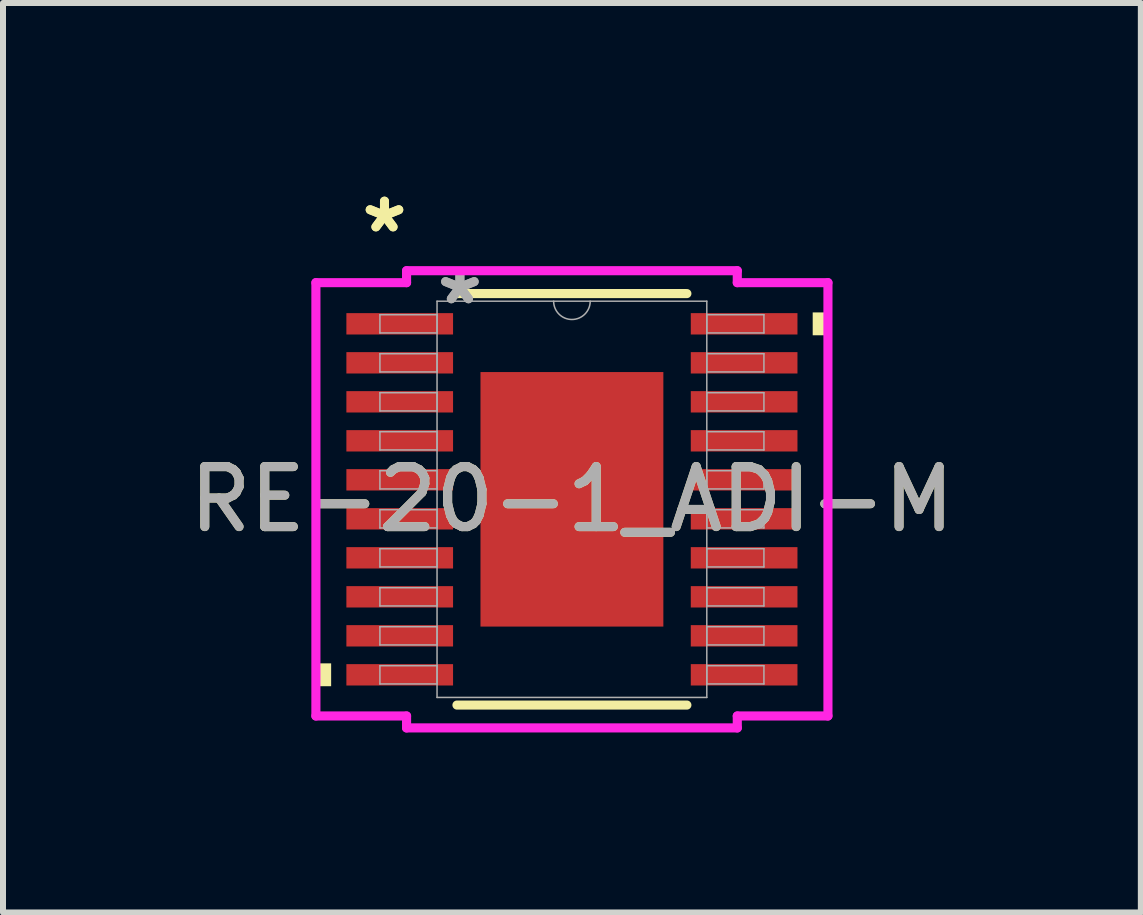
<source format=kicad_pcb>
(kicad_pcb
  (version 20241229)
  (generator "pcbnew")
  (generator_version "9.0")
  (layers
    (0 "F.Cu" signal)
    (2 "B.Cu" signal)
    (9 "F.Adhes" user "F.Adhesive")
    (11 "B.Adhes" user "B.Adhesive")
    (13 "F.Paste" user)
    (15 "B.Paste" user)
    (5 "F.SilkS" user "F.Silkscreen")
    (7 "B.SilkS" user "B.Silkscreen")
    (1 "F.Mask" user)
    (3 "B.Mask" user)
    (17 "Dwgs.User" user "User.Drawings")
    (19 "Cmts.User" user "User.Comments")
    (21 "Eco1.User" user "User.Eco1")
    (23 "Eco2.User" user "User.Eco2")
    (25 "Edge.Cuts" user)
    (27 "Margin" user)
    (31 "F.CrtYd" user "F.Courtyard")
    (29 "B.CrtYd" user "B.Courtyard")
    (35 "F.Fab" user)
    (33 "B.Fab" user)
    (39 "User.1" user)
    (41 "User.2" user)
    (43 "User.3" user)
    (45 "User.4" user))
  (footprint "RE-20-1_ADI-M"
    (layer "F.Cu")
    (at 6.482 5.272)
    (property "Reference" "RE-20-1_ADI-M" (at 0 0 0) (unlocked yes) (layer "F.SilkS") (effects (font (size 1 1) (thickness 0.15))))
    (attr smd)
    (fp_line (start -1.916 3.429) (end 1.916 3.429) (stroke (width 0.152) (type solid)) (layer "F.SilkS"))
    (fp_line (start 1.916 -3.429) (end -1.916 -3.429) (stroke (width 0.152) (type solid)) (layer "F.SilkS"))
    (fp_poly (pts (xy -4.267 2.734) (xy -4.267 3.115) (xy -4.013 3.115) (xy -4.013 2.734)) (stroke (width 0) (type solid)) (fill yes) (layer "F.SilkS"))
    (fp_poly (pts (xy 4.267 -3.115) (xy 4.267 -2.734) (xy 4.013 -2.734) (xy 4.013 -3.115)) (stroke (width 0) (type solid)) (fill yes) (layer "F.SilkS"))
    (fp_poly (pts (xy -1.424 -2.021) (xy -1.424 -0.807) (xy -0.1 -0.807) (xy -0.1 -2.021)) (stroke (width 0) (type solid)) (fill yes) (layer "F.Paste"))
    (fp_poly (pts (xy -1.424 -0.607) (xy -1.424 0.607) (xy -0.1 0.607) (xy -0.1 -0.607)) (stroke (width 0) (type solid)) (fill yes) (layer "F.Paste"))
    (fp_poly (pts (xy -1.424 0.807) (xy -1.424 2.021) (xy -0.1 2.021) (xy -0.1 0.807)) (stroke (width 0) (type solid)) (fill yes) (layer "F.Paste"))
    (fp_poly (pts (xy 0.1 -2.021) (xy 0.1 -0.807) (xy 1.424 -0.807) (xy 1.424 -2.021)) (stroke (width 0) (type solid)) (fill yes) (layer "F.Paste"))
    (fp_poly (pts (xy 0.1 -0.607) (xy 0.1 0.607) (xy 1.424 0.607) (xy 1.424 -0.607)) (stroke (width 0) (type solid)) (fill yes) (layer "F.Paste"))
    (fp_poly (pts (xy 0.1 0.807) (xy 0.1 2.021) (xy 1.424 2.021) (xy 1.424 0.807)) (stroke (width 0) (type solid)) (fill yes) (layer "F.Paste"))
    (fp_line (start -4.267 -3.611) (end -2.756 -3.611) (stroke (width 0.152) (type solid)) (layer "F.CrtYd"))
    (fp_line (start -4.267 3.611) (end -4.267 -3.611) (stroke (width 0.152) (type solid)) (layer "F.CrtYd"))
    (fp_line (start -4.267 3.611) (end -2.756 3.611) (stroke (width 0.152) (type solid)) (layer "F.CrtYd"))
    (fp_line (start -2.756 -3.81) (end 2.756 -3.81) (stroke (width 0.152) (type solid)) (layer "F.CrtYd"))
    (fp_line (start -2.756 -3.611) (end -2.756 -3.81) (stroke (width 0.152) (type solid)) (layer "F.CrtYd"))
    (fp_line (start -2.756 3.81) (end -2.756 3.611) (stroke (width 0.152) (type solid)) (layer "F.CrtYd"))
    (fp_line (start 2.756 -3.81) (end 2.756 -3.611) (stroke (width 0.152) (type solid)) (layer "F.CrtYd"))
    (fp_line (start 2.756 3.611) (end 2.756 3.81) (stroke (width 0.152) (type solid)) (layer "F.CrtYd"))
    (fp_line (start 2.756 3.81) (end -2.756 3.81) (stroke (width 0.152) (type solid)) (layer "F.CrtYd"))
    (fp_line (start 4.267 -3.611) (end 2.756 -3.611) (stroke (width 0.152) (type solid)) (layer "F.CrtYd"))
    (fp_line (start 4.267 -3.611) (end 4.267 3.611) (stroke (width 0.152) (type solid)) (layer "F.CrtYd"))
    (fp_line (start 4.267 3.611) (end 2.756 3.611) (stroke (width 0.152) (type solid)) (layer "F.CrtYd"))
    (fp_line (start -3.2 -3.077) (end -3.2 -2.773) (stroke (width 0.025) (type solid)) (layer "F.Fab"))
    (fp_line (start -3.2 -2.773) (end -2.248 -2.773) (stroke (width 0.025) (type solid)) (layer "F.Fab"))
    (fp_line (start -3.2 -2.427) (end -3.2 -2.123) (stroke (width 0.025) (type solid)) (layer "F.Fab"))
    (fp_line (start -3.2 -2.123) (end -2.248 -2.123) (stroke (width 0.025) (type solid)) (layer "F.Fab"))
    (fp_line (start -3.2 -1.777) (end -3.2 -1.473) (stroke (width 0.025) (type solid)) (layer "F.Fab"))
    (fp_line (start -3.2 -1.473) (end -2.248 -1.473) (stroke (width 0.025) (type solid)) (layer "F.Fab"))
    (fp_line (start -3.2 -1.127) (end -3.2 -0.823) (stroke (width 0.025) (type solid)) (layer "F.Fab"))
    (fp_line (start -3.2 -0.823) (end -2.248 -0.823) (stroke (width 0.025) (type solid)) (layer "F.Fab"))
    (fp_line (start -3.2 -0.477) (end -3.2 -0.173) (stroke (width 0.025) (type solid)) (layer "F.Fab"))
    (fp_line (start -3.2 -0.173) (end -2.248 -0.173) (stroke (width 0.025) (type solid)) (layer "F.Fab"))
    (fp_line (start -3.2 0.173) (end -3.2 0.477) (stroke (width 0.025) (type solid)) (layer "F.Fab"))
    (fp_line (start -3.2 0.477) (end -2.248 0.477) (stroke (width 0.025) (type solid)) (layer "F.Fab"))
    (fp_line (start -3.2 0.823) (end -3.2 1.127) (stroke (width 0.025) (type solid)) (layer "F.Fab"))
    (fp_line (start -3.2 1.127) (end -2.248 1.127) (stroke (width 0.025) (type solid)) (layer "F.Fab"))
    (fp_line (start -3.2 1.473) (end -3.2 1.777) (stroke (width 0.025) (type solid)) (layer "F.Fab"))
    (fp_line (start -3.2 1.777) (end -2.248 1.777) (stroke (width 0.025) (type solid)) (layer "F.Fab"))
    (fp_line (start -3.2 2.123) (end -3.2 2.427) (stroke (width 0.025) (type solid)) (layer "F.Fab"))
    (fp_line (start -3.2 2.427) (end -2.248 2.427) (stroke (width 0.025) (type solid)) (layer "F.Fab"))
    (fp_line (start -3.2 2.773) (end -3.2 3.077) (stroke (width 0.025) (type solid)) (layer "F.Fab"))
    (fp_line (start -3.2 3.077) (end -2.248 3.077) (stroke (width 0.025) (type solid)) (layer "F.Fab"))
    (fp_line (start -2.248 -3.302) (end -2.248 3.302) (stroke (width 0.025) (type solid)) (layer "F.Fab"))
    (fp_line (start -2.248 -3.077) (end -3.2 -3.077) (stroke (width 0.025) (type solid)) (layer "F.Fab"))
    (fp_line (start -2.248 -2.773) (end -2.248 -3.077) (stroke (width 0.025) (type solid)) (layer "F.Fab"))
    (fp_line (start -2.248 -2.427) (end -3.2 -2.427) (stroke (width 0.025) (type solid)) (layer "F.Fab"))
    (fp_line (start -2.248 -2.123) (end -2.248 -2.427) (stroke (width 0.025) (type solid)) (layer "F.Fab"))
    (fp_line (start -2.248 -1.777) (end -3.2 -1.777) (stroke (width 0.025) (type solid)) (layer "F.Fab"))
    (fp_line (start -2.248 -1.473) (end -2.248 -1.777) (stroke (width 0.025) (type solid)) (layer "F.Fab"))
    (fp_line (start -2.248 -1.127) (end -3.2 -1.127) (stroke (width 0.025) (type solid)) (layer "F.Fab"))
    (fp_line (start -2.248 -0.823) (end -2.248 -1.127) (stroke (width 0.025) (type solid)) (layer "F.Fab"))
    (fp_line (start -2.248 -0.477) (end -3.2 -0.477) (stroke (width 0.025) (type solid)) (layer "F.Fab"))
    (fp_line (start -2.248 -0.173) (end -2.248 -0.477) (stroke (width 0.025) (type solid)) (layer "F.Fab"))
    (fp_line (start -2.248 0.173) (end -3.2 0.173) (stroke (width 0.025) (type solid)) (layer "F.Fab"))
    (fp_line (start -2.248 0.477) (end -2.248 0.173) (stroke (width 0.025) (type solid)) (layer "F.Fab"))
    (fp_line (start -2.248 0.823) (end -3.2 0.823) (stroke (width 0.025) (type solid)) (layer "F.Fab"))
    (fp_line (start -2.248 1.127) (end -2.248 0.823) (stroke (width 0.025) (type solid)) (layer "F.Fab"))
    (fp_line (start -2.248 1.473) (end -3.2 1.473) (stroke (width 0.025) (type solid)) (layer "F.Fab"))
    (fp_line (start -2.248 1.777) (end -2.248 1.473) (stroke (width 0.025) (type solid)) (layer "F.Fab"))
    (fp_line (start -2.248 2.123) (end -3.2 2.123) (stroke (width 0.025) (type solid)) (layer "F.Fab"))
    (fp_line (start -2.248 2.427) (end -2.248 2.123) (stroke (width 0.025) (type solid)) (layer "F.Fab"))
    (fp_line (start -2.248 2.773) (end -3.2 2.773) (stroke (width 0.025) (type solid)) (layer "F.Fab"))
    (fp_line (start -2.248 3.077) (end -2.248 2.773) (stroke (width 0.025) (type solid)) (layer "F.Fab"))
    (fp_line (start -2.248 3.302) (end 2.248 3.302) (stroke (width 0.025) (type solid)) (layer "F.Fab"))
    (fp_line (start 2.248 -3.302) (end -2.248 -3.302) (stroke (width 0.025) (type solid)) (layer "F.Fab"))
    (fp_line (start 2.248 -3.077) (end 2.248 -2.773) (stroke (width 0.025) (type solid)) (layer "F.Fab"))
    (fp_line (start 2.248 -2.773) (end 3.2 -2.773) (stroke (width 0.025) (type solid)) (layer "F.Fab"))
    (fp_line (start 2.248 -2.427) (end 2.248 -2.123) (stroke (width 0.025) (type solid)) (layer "F.Fab"))
    (fp_line (start 2.248 -2.123) (end 3.2 -2.123) (stroke (width 0.025) (type solid)) (layer "F.Fab"))
    (fp_line (start 2.248 -1.777) (end 2.248 -1.473) (stroke (width 0.025) (type solid)) (layer "F.Fab"))
    (fp_line (start 2.248 -1.473) (end 3.2 -1.473) (stroke (width 0.025) (type solid)) (layer "F.Fab"))
    (fp_line (start 2.248 -1.127) (end 2.248 -0.823) (stroke (width 0.025) (type solid)) (layer "F.Fab"))
    (fp_line (start 2.248 -0.823) (end 3.2 -0.823) (stroke (width 0.025) (type solid)) (layer "F.Fab"))
    (fp_line (start 2.248 -0.477) (end 2.248 -0.173) (stroke (width 0.025) (type solid)) (layer "F.Fab"))
    (fp_line (start 2.248 -0.173) (end 3.2 -0.173) (stroke (width 0.025) (type solid)) (layer "F.Fab"))
    (fp_line (start 2.248 0.173) (end 2.248 0.477) (stroke (width 0.025) (type solid)) (layer "F.Fab"))
    (fp_line (start 2.248 0.477) (end 3.2 0.477) (stroke (width 0.025) (type solid)) (layer "F.Fab"))
    (fp_line (start 2.248 0.823) (end 2.248 1.127) (stroke (width 0.025) (type solid)) (layer "F.Fab"))
    (fp_line (start 2.248 1.127) (end 3.2 1.127) (stroke (width 0.025) (type solid)) (layer "F.Fab"))
    (fp_line (start 2.248 1.473) (end 2.248 1.777) (stroke (width 0.025) (type solid)) (layer "F.Fab"))
    (fp_line (start 2.248 1.777) (end 3.2 1.777) (stroke (width 0.025) (type solid)) (layer "F.Fab"))
    (fp_line (start 2.248 2.123) (end 2.248 2.427) (stroke (width 0.025) (type solid)) (layer "F.Fab"))
    (fp_line (start 2.248 2.427) (end 3.2 2.427) (stroke (width 0.025) (type solid)) (layer "F.Fab"))
    (fp_line (start 2.248 2.773) (end 2.248 3.077) (stroke (width 0.025) (type solid)) (layer "F.Fab"))
    (fp_line (start 2.248 3.077) (end 3.2 3.077) (stroke (width 0.025) (type solid)) (layer "F.Fab"))
    (fp_line (start 2.248 3.302) (end 2.248 -3.302) (stroke (width 0.025) (type solid)) (layer "F.Fab"))
    (fp_line (start 3.2 -3.077) (end 2.248 -3.077) (stroke (width 0.025) (type solid)) (layer "F.Fab"))
    (fp_line (start 3.2 -2.773) (end 3.2 -3.077) (stroke (width 0.025) (type solid)) (layer "F.Fab"))
    (fp_line (start 3.2 -2.427) (end 2.248 -2.427) (stroke (width 0.025) (type solid)) (layer "F.Fab"))
    (fp_line (start 3.2 -2.123) (end 3.2 -2.427) (stroke (width 0.025) (type solid)) (layer "F.Fab"))
    (fp_line (start 3.2 -1.777) (end 2.248 -1.777) (stroke (width 0.025) (type solid)) (layer "F.Fab"))
    (fp_line (start 3.2 -1.473) (end 3.2 -1.777) (stroke (width 0.025) (type solid)) (layer "F.Fab"))
    (fp_line (start 3.2 -1.127) (end 2.248 -1.127) (stroke (width 0.025) (type solid)) (layer "F.Fab"))
    (fp_line (start 3.2 -0.823) (end 3.2 -1.127) (stroke (width 0.025) (type solid)) (layer "F.Fab"))
    (fp_line (start 3.2 -0.477) (end 2.248 -0.477) (stroke (width 0.025) (type solid)) (layer "F.Fab"))
    (fp_line (start 3.2 -0.173) (end 3.2 -0.477) (stroke (width 0.025) (type solid)) (layer "F.Fab"))
    (fp_line (start 3.2 0.173) (end 2.248 0.173) (stroke (width 0.025) (type solid)) (layer "F.Fab"))
    (fp_line (start 3.2 0.477) (end 3.2 0.173) (stroke (width 0.025) (type solid)) (layer "F.Fab"))
    (fp_line (start 3.2 0.823) (end 2.248 0.823) (stroke (width 0.025) (type solid)) (layer "F.Fab"))
    (fp_line (start 3.2 1.127) (end 3.2 0.823) (stroke (width 0.025) (type solid)) (layer "F.Fab"))
    (fp_line (start 3.2 1.473) (end 2.248 1.473) (stroke (width 0.025) (type solid)) (layer "F.Fab"))
    (fp_line (start 3.2 1.777) (end 3.2 1.473) (stroke (width 0.025) (type solid)) (layer "F.Fab"))
    (fp_line (start 3.2 2.123) (end 2.248 2.123) (stroke (width 0.025) (type solid)) (layer "F.Fab"))
    (fp_line (start 3.2 2.427) (end 3.2 2.123) (stroke (width 0.025) (type solid)) (layer "F.Fab"))
    (fp_line (start 3.2 2.773) (end 2.248 2.773) (stroke (width 0.025) (type solid)) (layer "F.Fab"))
    (fp_line (start 3.2 3.077) (end 3.2 2.773) (stroke (width 0.025) (type solid)) (layer "F.Fab"))
    (fp_arc (start 0.3048 -3.302) (mid 0 -2.9972) (end -0.3048 -3.302) (stroke (width 0.0254) (type solid)) (layer "F.Fab"))
    (fp_text user "*" (at -3.124 -4.424 0) (layer "F.SilkS") (effects (font (size 1 1) (thickness 0.15))))
    (fp_text user "*" (at -3.124 -4.424 0) (unlocked yes) (layer "F.SilkS") (effects (font (size 1 1) (thickness 0.15))))
    (fp_text user "*" (at -1.867 -3.226 0) (layer "F.Fab") (effects (font (size 1 1) (thickness 0.15))))
    (fp_text user "*" (at -1.867 -3.226 0) (unlocked yes) (layer "F.Fab") (effects (font (size 1 1) (thickness 0.15))))
    (fp_text user "${REFERENCE}" (at 0 0 0) (unlocked yes) (layer "F.Fab") (effects (font (size 1 1) (thickness 0.15))))
    (pad "1" smd rect (at -2.87 -2.925) (size 1.778 0.356) (layers "F.Cu" "F.Mask" "F.Paste"))
    (pad "2" smd rect (at -2.87 -2.275) (size 1.778 0.356) (layers "F.Cu" "F.Mask" "F.Paste"))
    (pad "3" smd rect (at -2.87 -1.625) (size 1.778 0.356) (layers "F.Cu" "F.Mask" "F.Paste"))
    (pad "4" smd rect (at -2.87 -0.975) (size 1.778 0.356) (layers "F.Cu" "F.Mask" "F.Paste"))
    (pad "5" smd rect (at -2.87 -0.325) (size 1.778 0.356) (layers "F.Cu" "F.Mask" "F.Paste"))
    (pad "6" smd rect (at -2.87 0.325) (size 1.778 0.356) (layers "F.Cu" "F.Mask" "F.Paste"))
    (pad "7" smd rect (at -2.87 0.975) (size 1.778 0.356) (layers "F.Cu" "F.Mask" "F.Paste"))
    (pad "8" smd rect (at -2.87 1.625) (size 1.778 0.356) (layers "F.Cu" "F.Mask" "F.Paste"))
    (pad "9" smd rect (at -2.87 2.275) (size 1.778 0.356) (layers "F.Cu" "F.Mask" "F.Paste"))
    (pad "10" smd rect (at -2.87 2.925) (size 1.778 0.356) (layers "F.Cu" "F.Mask" "F.Paste"))
    (pad "11" smd rect (at 2.87 2.925) (size 1.778 0.356) (layers "F.Cu" "F.Mask" "F.Paste"))
    (pad "12" smd rect (at 2.87 2.275) (size 1.778 0.356) (layers "F.Cu" "F.Mask" "F.Paste"))
    (pad "13" smd rect (at 2.87 1.625) (size 1.778 0.356) (layers "F.Cu" "F.Mask" "F.Paste"))
    (pad "14" smd rect (at 2.87 0.975) (size 1.778 0.356) (layers "F.Cu" "F.Mask" "F.Paste"))
    (pad "15" smd rect (at 2.87 0.325) (size 1.778 0.356) (layers "F.Cu" "F.Mask" "F.Paste"))
    (pad "16" smd rect (at 2.87 -0.325) (size 1.778 0.356) (layers "F.Cu" "F.Mask" "F.Paste"))
    (pad "17" smd rect (at 2.87 -0.975) (size 1.778 0.356) (layers "F.Cu" "F.Mask" "F.Paste"))
    (pad "18" smd rect (at 2.87 -1.625) (size 1.778 0.356) (layers "F.Cu" "F.Mask" "F.Paste"))
    (pad "19" smd rect (at 2.87 -2.275) (size 1.778 0.356) (layers "F.Cu" "F.Mask" "F.Paste"))
    (pad "20" smd rect (at 2.87 -2.925) (size 1.778 0.356) (layers "F.Cu" "F.Mask" "F.Paste"))
    (pad "21" smd rect (at 0 0) (size 3.048 4.242) (layers "F.Cu" "F.Mask")))
  (gr_rect
    (start -3 -3)
    (end 15.964 12.158)
    (stroke (width 0.1) (type default))
    (fill no)
    (layer "Edge.Cuts")))
</source>
